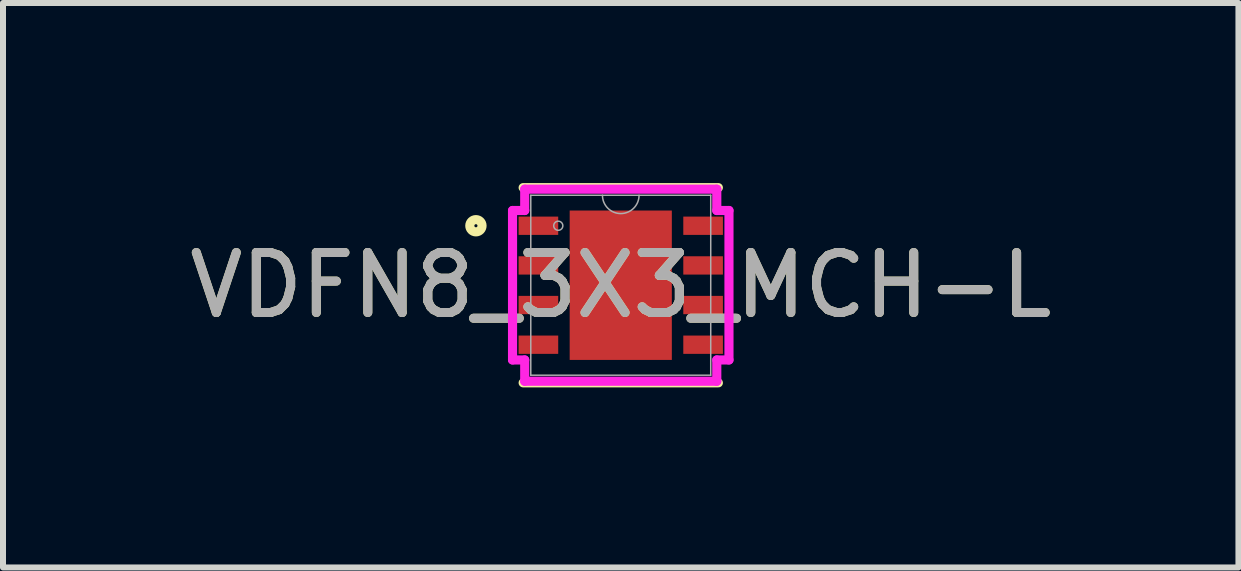
<source format=kicad_pcb>
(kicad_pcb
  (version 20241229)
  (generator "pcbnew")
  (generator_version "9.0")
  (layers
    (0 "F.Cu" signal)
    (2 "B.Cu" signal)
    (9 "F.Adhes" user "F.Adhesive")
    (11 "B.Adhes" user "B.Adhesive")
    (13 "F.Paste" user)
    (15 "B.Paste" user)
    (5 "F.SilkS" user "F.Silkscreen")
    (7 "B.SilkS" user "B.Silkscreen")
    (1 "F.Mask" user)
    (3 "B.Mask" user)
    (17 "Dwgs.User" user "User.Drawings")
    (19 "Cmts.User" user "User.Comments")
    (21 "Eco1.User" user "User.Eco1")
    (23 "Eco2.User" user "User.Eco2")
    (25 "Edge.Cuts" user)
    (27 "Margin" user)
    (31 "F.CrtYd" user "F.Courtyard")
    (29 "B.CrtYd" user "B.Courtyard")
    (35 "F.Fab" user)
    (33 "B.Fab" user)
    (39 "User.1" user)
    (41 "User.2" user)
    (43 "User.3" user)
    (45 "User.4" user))
  (footprint "VDFN8_3X3_MCH-L"
    (layer "F.Cu")
    (at 7.292 1.702)
    (property "Reference" "VDFN8_3X3_MCH-L" (at 0 0 0) (unlocked yes) (layer "F.SilkS") (effects (font (size 1 1) (thickness 0.15))))
    (attr smd)
    (fp_line (start -1.626 1.626) (end 1.626 1.626) (stroke (width 0.152) (type solid)) (layer "F.SilkS"))
    (fp_line (start 1.626 -1.626) (end -1.626 -1.626) (stroke (width 0.152) (type solid)) (layer "F.SilkS"))
    (fp_circle (center -2.413 -0.991) (end -2.311 -0.991) (stroke (width 0.152) (type solid)) (fill no) (layer "F.SilkS"))
    (fp_line (start -1.803 -1.245) (end -1.6 -1.245) (stroke (width 0.152) (type solid)) (layer "F.CrtYd"))
    (fp_line (start -1.803 1.245) (end -1.803 -1.245) (stroke (width 0.152) (type solid)) (layer "F.CrtYd"))
    (fp_line (start -1.803 1.245) (end -1.6 1.245) (stroke (width 0.152) (type solid)) (layer "F.CrtYd"))
    (fp_line (start -1.6 -1.6) (end 1.6 -1.6) (stroke (width 0.152) (type solid)) (layer "F.CrtYd"))
    (fp_line (start -1.6 -1.245) (end -1.6 -1.6) (stroke (width 0.152) (type solid)) (layer "F.CrtYd"))
    (fp_line (start -1.6 1.6) (end -1.6 1.245) (stroke (width 0.152) (type solid)) (layer "F.CrtYd"))
    (fp_line (start 1.6 -1.6) (end 1.6 -1.245) (stroke (width 0.152) (type solid)) (layer "F.CrtYd"))
    (fp_line (start 1.6 1.245) (end 1.6 1.6) (stroke (width 0.152) (type solid)) (layer "F.CrtYd"))
    (fp_line (start 1.6 1.6) (end -1.6 1.6) (stroke (width 0.152) (type solid)) (layer "F.CrtYd"))
    (fp_line (start 1.803 -1.245) (end 1.6 -1.245) (stroke (width 0.152) (type solid)) (layer "F.CrtYd"))
    (fp_line (start 1.803 -1.245) (end 1.803 1.245) (stroke (width 0.152) (type solid)) (layer "F.CrtYd"))
    (fp_line (start 1.803 1.245) (end 1.6 1.245) (stroke (width 0.152) (type solid)) (layer "F.CrtYd"))
    (fp_line (start -1.499 -1.499) (end -1.499 1.499) (stroke (width 0.025) (type solid)) (layer "F.Fab"))
    (fp_line (start -1.499 1.499) (end 1.499 1.499) (stroke (width 0.025) (type solid)) (layer "F.Fab"))
    (fp_line (start 1.499 -1.499) (end -1.499 -1.499) (stroke (width 0.025) (type solid)) (layer "F.Fab"))
    (fp_line (start 1.499 1.499) (end 1.499 -1.499) (stroke (width 0.025) (type solid)) (layer "F.Fab"))
    (fp_arc (start 0.3048 -1.4986) (mid 0 -1.1938) (end -0.3048 -1.4986) (stroke (width 0.0254) (type solid)) (layer "F.Fab"))
    (fp_circle (center -1.041 -0.991) (end -0.965 -0.991) (stroke (width 0.025) (type solid)) (fill no) (layer "F.Fab"))
    (fp_text user "${REFERENCE}" (at 0 0 0) (unlocked yes) (layer "F.Fab") (effects (font (size 1 1) (thickness 0.15))))
    (pad "1" smd rect (at -1.372 -0.991) (size 0.66 0.305) (layers "F.Cu" "F.Mask" "F.Paste"))
    (pad "2" smd rect (at -1.372 -0.33) (size 0.66 0.305) (layers "F.Cu" "F.Mask" "F.Paste"))
    (pad "3" smd rect (at -1.372 0.33) (size 0.66 0.305) (layers "F.Cu" "F.Mask" "F.Paste"))
    (pad "4" smd rect (at -1.372 0.991) (size 0.66 0.305) (layers "F.Cu" "F.Mask" "F.Paste"))
    (pad "5" smd rect (at 1.372 0.991) (size 0.66 0.305) (layers "F.Cu" "F.Mask" "F.Paste"))
    (pad "6" smd rect (at 1.372 0.33) (size 0.66 0.305) (layers "F.Cu" "F.Mask" "F.Paste"))
    (pad "7" smd rect (at 1.372 -0.33) (size 0.66 0.305) (layers "F.Cu" "F.Mask" "F.Paste"))
    (pad "8" smd rect (at 1.372 -0.991) (size 0.66 0.305) (layers "F.Cu" "F.Mask" "F.Paste"))
    (pad "9" smd rect (at 0 0) (size 1.702 2.489) (layers "F.Cu" "F.Mask" "F.Paste")))
  (gr_rect
    (start -3 -3)
    (end 17.583 6.404)
    (stroke (width 0.1) (type default))
    (fill no)
    (layer "Edge.Cuts")))
</source>
